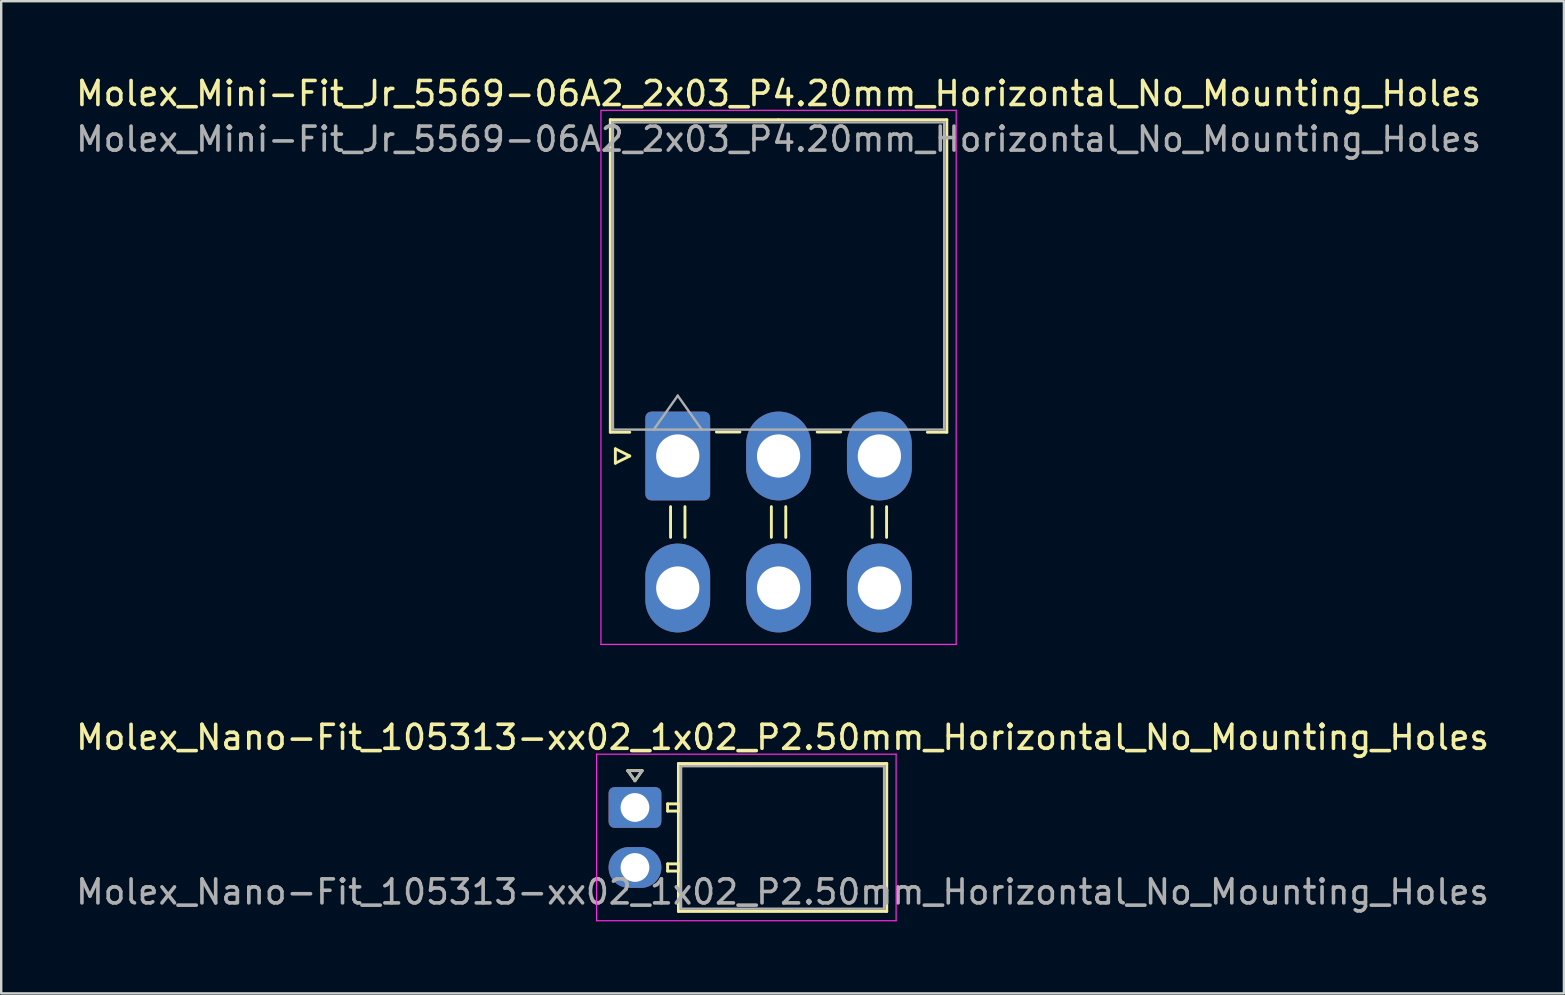
<source format=kicad_pcb>
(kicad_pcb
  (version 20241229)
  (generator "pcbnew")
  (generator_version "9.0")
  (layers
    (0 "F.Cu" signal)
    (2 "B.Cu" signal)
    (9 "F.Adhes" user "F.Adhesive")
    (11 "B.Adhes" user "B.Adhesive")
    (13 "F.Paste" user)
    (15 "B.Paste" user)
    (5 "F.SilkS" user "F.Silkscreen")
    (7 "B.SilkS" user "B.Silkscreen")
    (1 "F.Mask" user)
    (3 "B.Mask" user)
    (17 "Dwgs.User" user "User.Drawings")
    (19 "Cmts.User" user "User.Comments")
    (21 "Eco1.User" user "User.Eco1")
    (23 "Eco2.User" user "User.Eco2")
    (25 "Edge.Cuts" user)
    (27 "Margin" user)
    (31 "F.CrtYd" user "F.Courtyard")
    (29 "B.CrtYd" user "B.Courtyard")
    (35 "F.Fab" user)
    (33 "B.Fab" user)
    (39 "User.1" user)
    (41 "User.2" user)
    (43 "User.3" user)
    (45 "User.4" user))
  (footprint "Molex_Mini-Fit_Jr_5569-06A2_2x03_P4.20mm_Horizontal_No_Mounting_Holes"
    (layer "F.Cu")
    (at 25.187 15.948)
    (property "Reference" "Molex_Mini-Fit_Jr_5569-06A2_2x03_P4.20mm_Horizontal_No_Mounting_Holes" (at 4.2 -15.1 0) (layer "F.SilkS") (effects (font (size 1 1) (thickness 0.15))))
    (attr through_hole)
    (fp_line (start -2.81 -14.01) (end 4.2 -14.01) (stroke (width 0.12) (type solid)) (layer "F.SilkS"))
    (fp_line (start -2.81 -0.99) (end -2.81 -14.01) (stroke (width 0.12) (type solid)) (layer "F.SilkS"))
    (fp_line (start -2.6 -0.3) (end -2 0) (stroke (width 0.12) (type solid)) (layer "F.SilkS"))
    (fp_line (start -2.6 0.3) (end -2.6 -0.3) (stroke (width 0.12) (type solid)) (layer "F.SilkS"))
    (fp_line (start -2 -0.99) (end -2.81 -0.99) (stroke (width 0.12) (type solid)) (layer "F.SilkS"))
    (fp_line (start -2 0) (end -2.6 0.3) (stroke (width 0.12) (type solid)) (layer "F.SilkS"))
    (fp_line (start -0.3 2.11) (end -0.3 3.39) (stroke (width 0.12) (type solid)) (layer "F.SilkS"))
    (fp_line (start 0.3 2.11) (end 0.3 3.39) (stroke (width 0.12) (type solid)) (layer "F.SilkS"))
    (fp_line (start 1.61 -1) (end 2.59 -1) (stroke (width 0.12) (type solid)) (layer "F.SilkS"))
    (fp_line (start 3.9 2.11) (end 3.9 3.39) (stroke (width 0.12) (type solid)) (layer "F.SilkS"))
    (fp_line (start 4.5 2.11) (end 4.5 3.39) (stroke (width 0.12) (type solid)) (layer "F.SilkS"))
    (fp_line (start 5.81 -1) (end 6.79 -1) (stroke (width 0.12) (type solid)) (layer "F.SilkS"))
    (fp_line (start 8.1 2.11) (end 8.1 3.39) (stroke (width 0.12) (type solid)) (layer "F.SilkS"))
    (fp_line (start 8.7 2.11) (end 8.7 3.39) (stroke (width 0.12) (type solid)) (layer "F.SilkS"))
    (fp_line (start 10.4 -0.99) (end 11.21 -0.99) (stroke (width 0.12) (type solid)) (layer "F.SilkS"))
    (fp_line (start 11.21 -14.01) (end 4.2 -14.01) (stroke (width 0.12) (type solid)) (layer "F.SilkS"))
    (fp_line (start 11.21 -0.99) (end 11.21 -14.01) (stroke (width 0.12) (type solid)) (layer "F.SilkS"))
    (fp_line (start -3.2 -14.4) (end -3.2 7.85) (stroke (width 0.05) (type solid)) (layer "F.CrtYd"))
    (fp_line (start -3.2 7.85) (end 11.6 7.85) (stroke (width 0.05) (type solid)) (layer "F.CrtYd"))
    (fp_line (start 11.6 -14.4) (end -3.2 -14.4) (stroke (width 0.05) (type solid)) (layer "F.CrtYd"))
    (fp_line (start 11.6 7.85) (end 11.6 -14.4) (stroke (width 0.05) (type solid)) (layer "F.CrtYd"))
    (fp_line (start -2.7 -13.9) (end -2.7 -1.1) (stroke (width 0.1) (type solid)) (layer "F.Fab"))
    (fp_line (start -2.7 -1.1) (end 11.1 -1.1) (stroke (width 0.1) (type solid)) (layer "F.Fab"))
    (fp_line (start -1 -1.1) (end 0 -2.514) (stroke (width 0.1) (type solid)) (layer "F.Fab"))
    (fp_line (start 0 -2.514) (end 1 -1.1) (stroke (width 0.1) (type solid)) (layer "F.Fab"))
    (fp_line (start 11.1 -13.9) (end -2.7 -13.9) (stroke (width 0.1) (type solid)) (layer "F.Fab"))
    (fp_line (start 11.1 -1.1) (end 11.1 -13.9) (stroke (width 0.1) (type solid)) (layer "F.Fab"))
    (fp_text user "${REFERENCE}" (at 4.2 -13.2 0) (layer "F.Fab") (effects (font (size 1 1) (thickness 0.15))))
    (pad "1" thru_hole roundrect (at 0 0) (size 2.7 3.7) (drill 1.8) (layers "*.Cu" "*.Mask") (roundrect_rratio 0.093))
    (pad "2" thru_hole oval (at 4.2 0) (size 2.7 3.7) (drill 1.8) (layers "*.Cu" "*.Mask"))
    (pad "3" thru_hole oval (at 8.4 0) (size 2.7 3.7) (drill 1.8) (layers "*.Cu" "*.Mask"))
    (pad "4" thru_hole oval (at 0 5.5) (size 2.7 3.7) (drill 1.8) (layers "*.Cu" "*.Mask"))
    (pad "5" thru_hole oval (at 4.2 5.5) (size 2.7 3.7) (drill 1.8) (layers "*.Cu" "*.Mask"))
    (pad "6" thru_hole oval (at 8.4 5.5) (size 2.7 3.7) (drill 1.8) (layers "*.Cu" "*.Mask")))
  (footprint "Molex_Nano-Fit_105313-xx02_1x02_P2.50mm_Horizontal_No_Mounting_Holes"
    (layer "F.Cu")
    (at 23.404 30.591)
    (property "Reference" "Molex_Nano-Fit_105313-xx02_1x02_P2.50mm_Horizontal_No_Mounting_Holes" (at 6.15 -2.92 0) (layer "F.SilkS") (effects (font (size 1 1) (thickness 0.15))))
    (attr through_hole)
    (fp_line (start -0.3 -1.534) (end 0 -1.11) (stroke (width 0.12) (type solid)) (layer "F.SilkS"))
    (fp_line (start 0 -1.11) (end 0.3 -1.534) (stroke (width 0.12) (type solid)) (layer "F.SilkS"))
    (fp_line (start 0.3 -1.534) (end -0.3 -1.534) (stroke (width 0.12) (type solid)) (layer "F.SilkS"))
    (fp_line (start 1.36 -0.15) (end 1.36 0.15) (stroke (width 0.12) (type solid)) (layer "F.SilkS"))
    (fp_line (start 1.36 0.15) (end 1.81 0.15) (stroke (width 0.12) (type solid)) (layer "F.SilkS"))
    (fp_line (start 1.36 2.35) (end 1.36 2.65) (stroke (width 0.12) (type solid)) (layer "F.SilkS"))
    (fp_line (start 1.36 2.65) (end 1.81 2.65) (stroke (width 0.12) (type solid)) (layer "F.SilkS"))
    (fp_line (start 1.81 -1.83) (end 1.81 4.33) (stroke (width 0.12) (type solid)) (layer "F.SilkS"))
    (fp_line (start 1.81 -0.15) (end 1.36 -0.15) (stroke (width 0.12) (type solid)) (layer "F.SilkS"))
    (fp_line (start 1.81 0.15) (end 1.81 -0.15) (stroke (width 0.12) (type solid)) (layer "F.SilkS"))
    (fp_line (start 1.81 2.35) (end 1.36 2.35) (stroke (width 0.12) (type solid)) (layer "F.SilkS"))
    (fp_line (start 1.81 2.65) (end 1.81 2.35) (stroke (width 0.12) (type solid)) (layer "F.SilkS"))
    (fp_line (start 1.81 4.33) (end 10.49 4.33) (stroke (width 0.12) (type solid)) (layer "F.SilkS"))
    (fp_line (start 10.49 -1.83) (end 1.81 -1.83) (stroke (width 0.12) (type solid)) (layer "F.SilkS"))
    (fp_line (start 10.49 4.33) (end 10.49 -1.83) (stroke (width 0.12) (type solid)) (layer "F.SilkS"))
    (fp_line (start -1.6 -2.22) (end -1.6 4.72) (stroke (width 0.05) (type solid)) (layer "F.CrtYd"))
    (fp_line (start -1.6 4.72) (end 10.88 4.72) (stroke (width 0.05) (type solid)) (layer "F.CrtYd"))
    (fp_line (start 10.88 -2.22) (end -1.6 -2.22) (stroke (width 0.05) (type solid)) (layer "F.CrtYd"))
    (fp_line (start 10.88 4.72) (end 10.88 -2.22) (stroke (width 0.05) (type solid)) (layer "F.CrtYd"))
    (fp_line (start -0.3 -1.534) (end 0 -1.11) (stroke (width 0.1) (type solid)) (layer "F.Fab"))
    (fp_line (start 0 -1.11) (end 0.3 -1.534) (stroke (width 0.1) (type solid)) (layer "F.Fab"))
    (fp_line (start 0.3 -1.534) (end -0.3 -1.534) (stroke (width 0.1) (type solid)) (layer "F.Fab"))
    (fp_line (start 1.92 -1.72) (end 1.92 4.22) (stroke (width 0.1) (type solid)) (layer "F.Fab"))
    (fp_line (start 1.92 4.22) (end 10.38 4.22) (stroke (width 0.1) (type solid)) (layer "F.Fab"))
    (fp_line (start 10.38 -1.72) (end 1.92 -1.72) (stroke (width 0.1) (type solid)) (layer "F.Fab"))
    (fp_line (start 10.38 4.22) (end 10.38 -1.72) (stroke (width 0.1) (type solid)) (layer "F.Fab"))
    (fp_text user "${REFERENCE}" (at 6.15 3.52 0) (layer "F.Fab") (effects (font (size 1 1) (thickness 0.15))))
    (pad "1" thru_hole roundrect (at 0 0) (size 2.2 1.7) (drill 1.2) (layers "*.Cu" "*.Mask") (roundrect_rratio 0.147))
    (pad "2" thru_hole oval (at 0 2.5) (size 2.2 1.7) (drill 1.2) (layers "*.Cu" "*.Mask")))
  (gr_rect
    (start -3 -3)
    (end 62.107 38.337)
    (stroke (width 0.1) (type default))
    (fill no)
    (layer "Edge.Cuts")))
</source>
